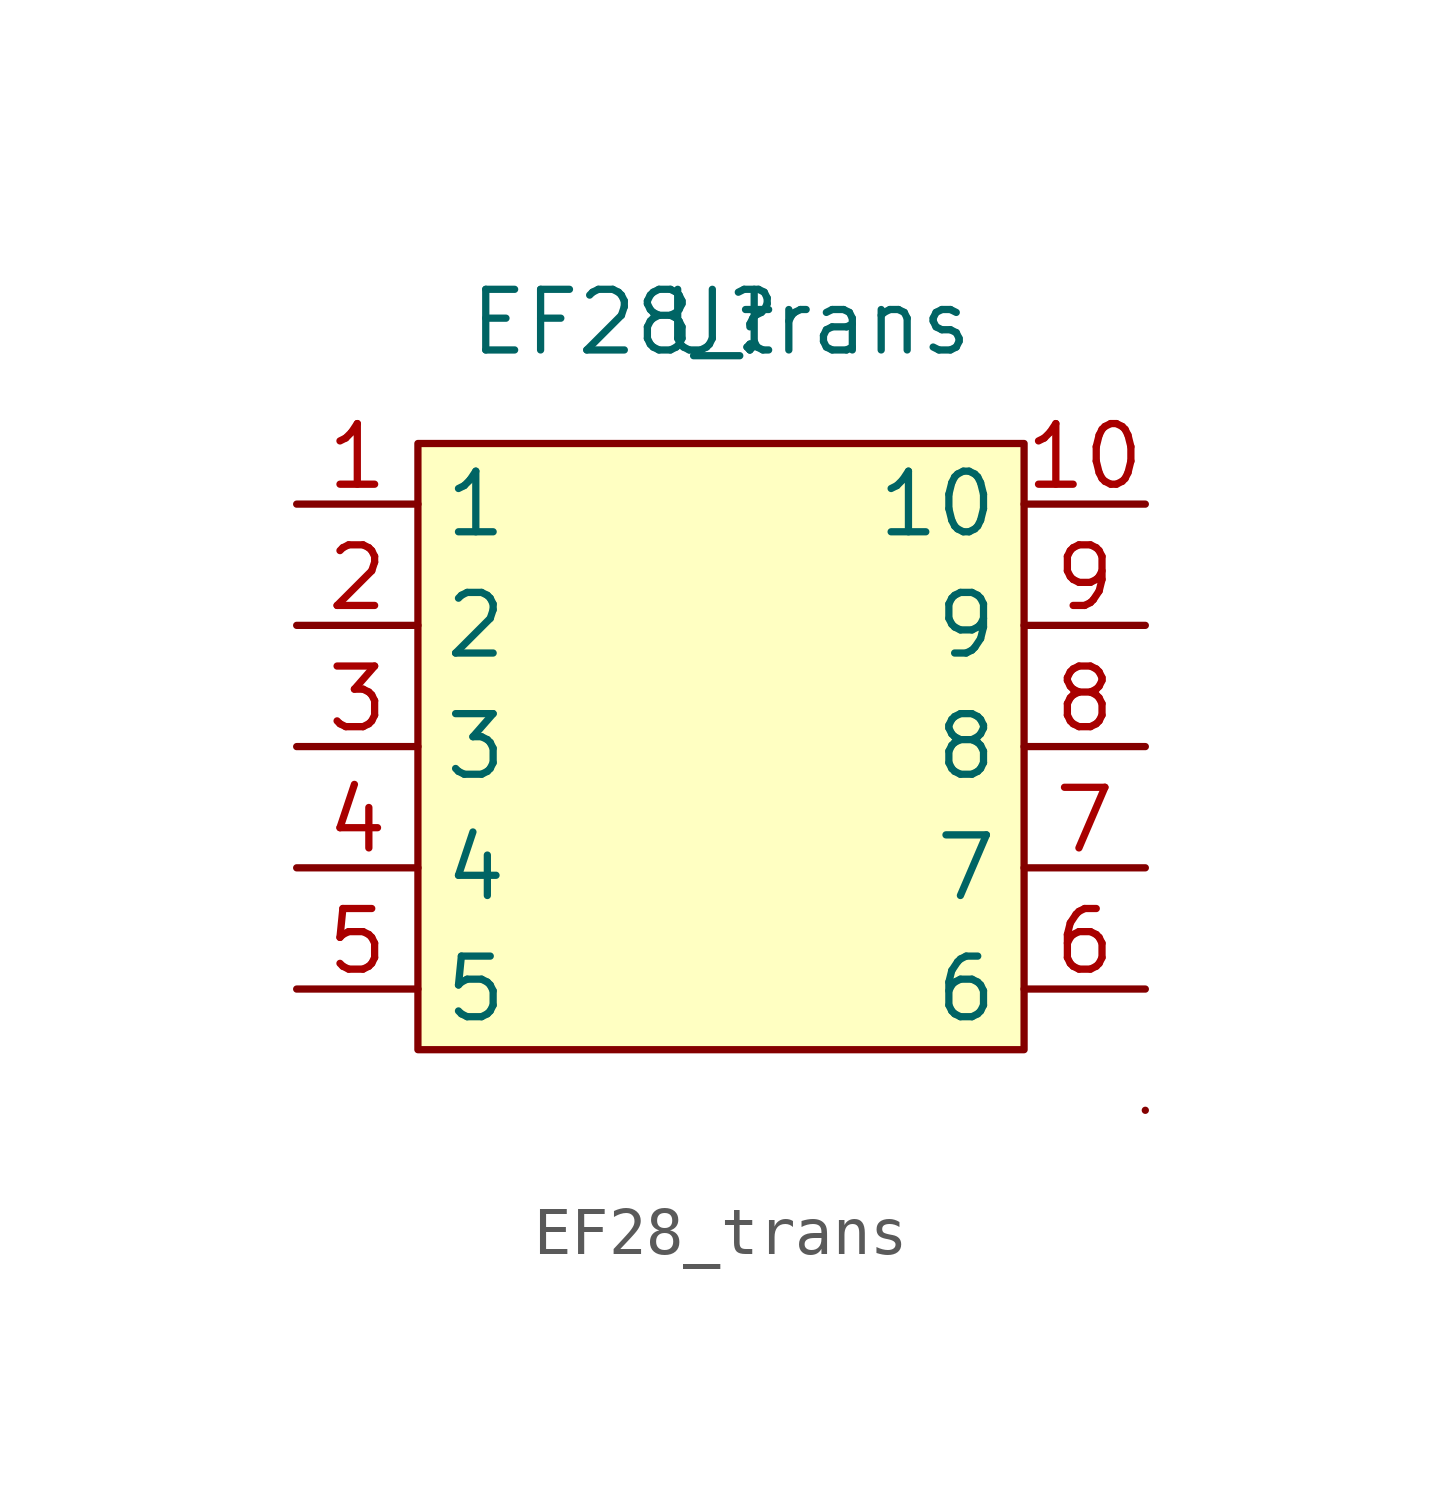
<source format=kicad_sym>
(kicad_symbol_lib
  (version 20211014)
  (generator kicad_symbol_editor)
  (symbol "EF28_trans"
    (property "Reference" "U"
      (at 0 0 0)
      (effects (font (size 1.27 1.27))))
    (property "Value" "EF28_trans"
      (at 0 0 0)
      (effects (font (size 1.27 1.27))))
    (symbol "EF28_trans_0_1"
      (rectangle (start -6.35 -2.54) (end 6.35 -15.24) (stroke (width 0) (type default) (color 0 0 0 0)) (fill (type background)))
      (rectangle (start 8.89 -16.51) (end 8.89 -16.51) (stroke (width 0) (type default) (color 0 0 0 0)) (fill (type none))))
    (symbol "EF28_trans_1_1"
      (pin input line (at -8.89 -3.81 0) (length 2.54) (name "1" (effects (font (size 1.27 1.27)))) (number "1" (effects (font (size 1.27 1.27)))))
      (pin input line (at 8.89 -3.81 180) (length 2.54) (name "10" (effects (font (size 1.27 1.27)))) (number "10" (effects (font (size 1.27 1.27)))))
      (pin input line (at -8.89 -6.35 0) (length 2.54) (name "2" (effects (font (size 1.27 1.27)))) (number "2" (effects (font (size 1.27 1.27)))))
      (pin input line (at -8.89 -8.89 0) (length 2.54) (name "3" (effects (font (size 1.27 1.27)))) (number "3" (effects (font (size 1.27 1.27)))))
      (pin input line (at -8.89 -11.43 0) (length 2.54) (name "4" (effects (font (size 1.27 1.27)))) (number "4" (effects (font (size 1.27 1.27)))))
      (pin input line (at -8.89 -13.97 0) (length 2.54) (name "5" (effects (font (size 1.27 1.27)))) (number "5" (effects (font (size 1.27 1.27)))))
      (pin input line (at 8.89 -13.97 180) (length 2.54) (name "6" (effects (font (size 1.27 1.27)))) (number "6" (effects (font (size 1.27 1.27)))))
      (pin input line (at 8.89 -11.43 180) (length 2.54) (name "7" (effects (font (size 1.27 1.27)))) (number "7" (effects (font (size 1.27 1.27)))))
      (pin input line (at 8.89 -8.89 180) (length 2.54) (name "8" (effects (font (size 1.27 1.27)))) (number "8" (effects (font (size 1.27 1.27)))))
      (pin input line (at 8.89 -6.35 180) (length 2.54) (name "9" (effects (font (size 1.27 1.27)))) (number "9" (effects (font (size 1.27 1.27))))))))
</source>
